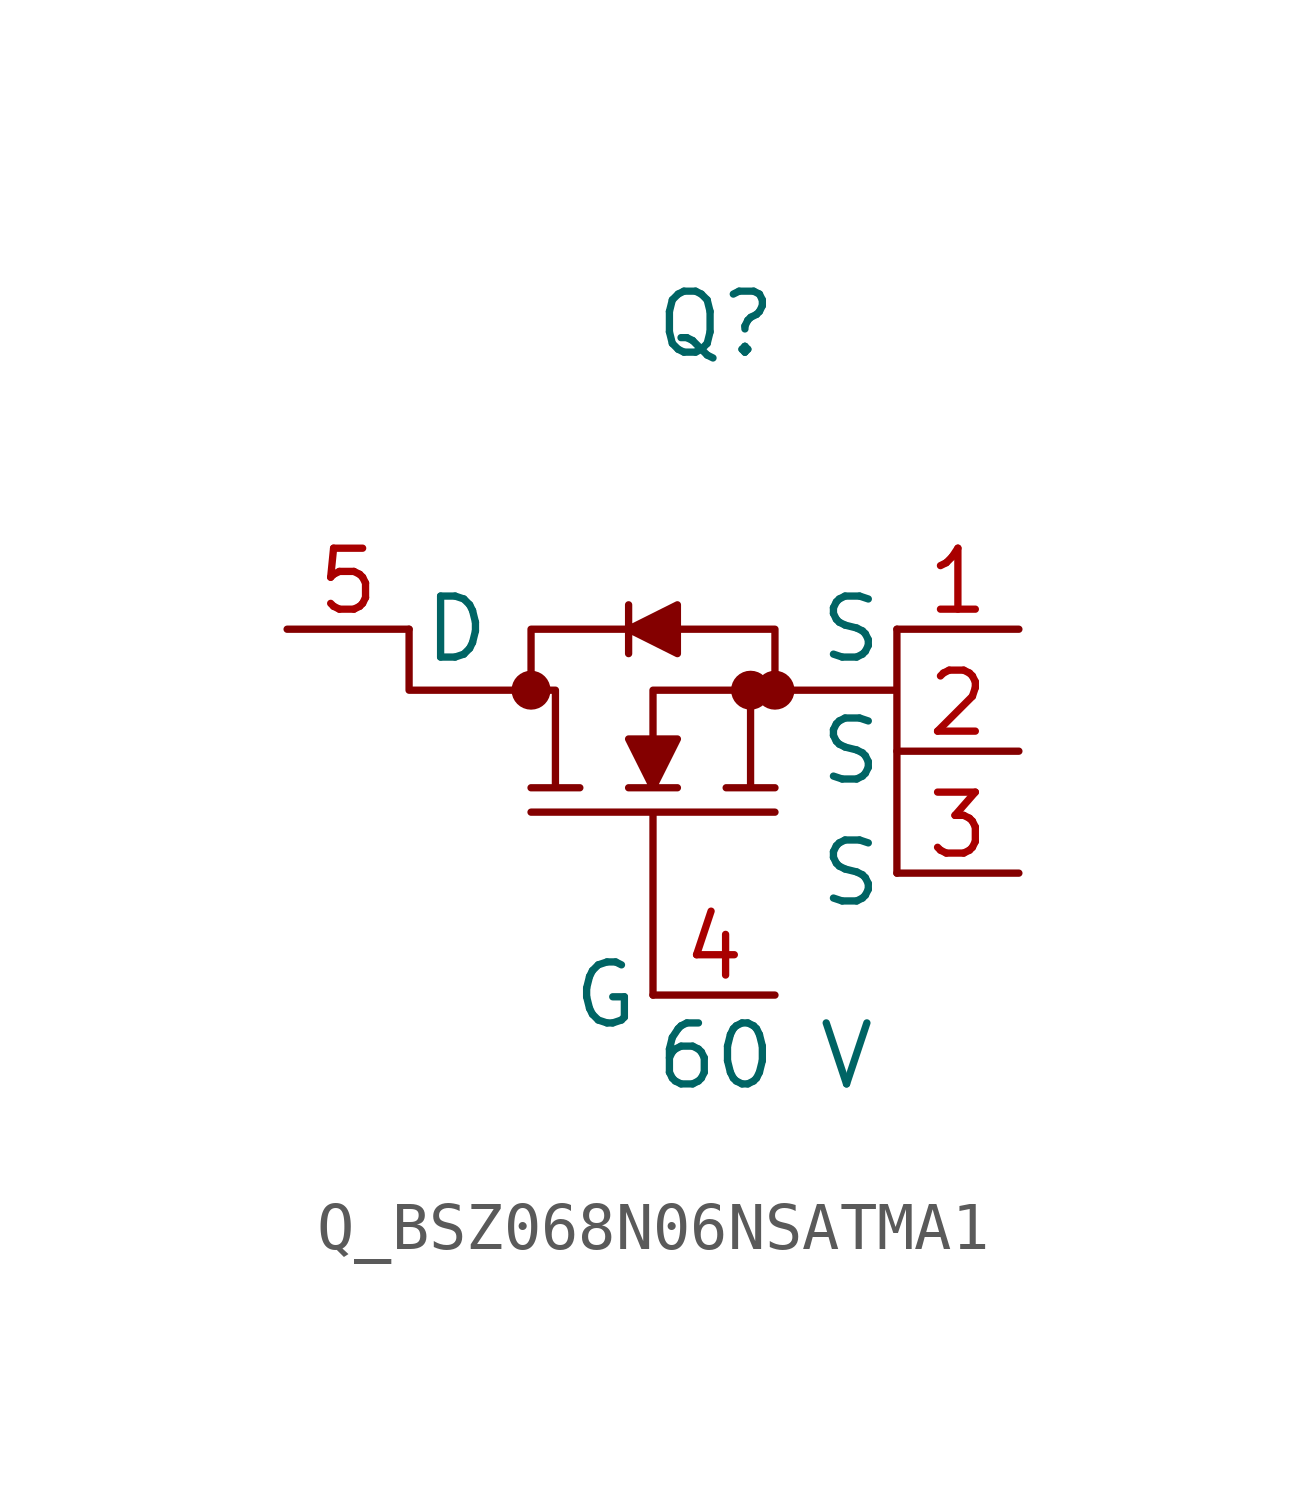
<source format=kicad_sym>
(kicad_symbol_lib
  (version 20231120)
  (generator kicad_symbol_editor)
  (generator_version 8.0)
  (symbol "Q_BSZ068N06NSATMA1"
    (pin_names
      (offset 0.254))
    (property "Reference" "Q"
      (at 0 7.62 0)
      (effects (font (size 1.27 1.27)) (justify left)))
    (property "Value" "60 V"
      (at 0 -7.62 0)
      (effects (font (size 1.27 1.27)) (justify left)))
    (symbol "Q_BSZ068N06NSATMA1_1_0"
      (polyline (pts (xy 0 -6.35) (xy 0 -2.54) (xy -2.54 -2.54) (xy 2.54 -2.54) (xy 0 -2.54) (xy 0 -6.35)) (stroke (width 0) (type default)) (fill (type none)))
      (polyline (pts (xy 5.08 1.27) (xy 5.08 0.0) (xy 2.54 0.0) (xy 2.54 1.27) (xy 0.508 1.27) (xy 0.508 1.778) (xy -0.508 1.27) (xy -0.508 1.778) (xy -0.508 1.27) (xy -2.54 1.27) (xy -2.54 0.0) (xy -5.08 0.0) (xy -5.08 1.27) (xy -5.08 0.0) (xy -2.032 0.0) (xy -2.032 -2.032) (xy -2.54 -2.032) (xy -1.524 -2.032) (xy -2.032 -2.032) (xy -2.032 0.0) (xy -2.54 0.0) (xy -2.54 1.27) (xy -0.508 1.27) (xy -0.508 0.762) (xy -0.508 1.27) (xy 0.508 0.762) (xy 0.508 1.27) (xy 2.54 1.27) (xy 2.54 0.0) (xy 0 0.0) (xy 0 -1.016) (xy -0.508 -1.016) (xy 0 -2.032) (xy -0.508 -2.032) (xy 0.508 -2.032) (xy 0 -2.032) (xy 0.508 -1.016) (xy 0 -1.016) (xy 0 0.0) (xy 2.032 0.0) (xy 2.032 -2.032) (xy 1.524 -2.032) (xy 2.54 -2.032) (xy 2.032 -2.032) (xy 2.032 0.0) (xy 5.08 0.0) (xy 5.08 -3.81)) (stroke (width 0) (type default)) (fill (type outline)))
      (circle (center -2.54 0.0) (radius 0.025) (stroke (width 0.381) (type default)) (fill (type none)))
      (circle (center 2.032 0.0) (radius 0.025) (stroke (width 0.381) (type default)) (fill (type none)))
      (circle (center 2.54 0.0) (radius 0.025) (stroke (width 0.381) (type default)) (fill (type none)))
      (pin passive line (at -7.62 1.27 0) (length 2.54) (name "D" (effects (font (size 1.27 1.27)))) (number "5" (effects (font (size 1.27 1.27)))))
      (pin passive line (at 7.62 1.27 180) (length 2.54) (name "S" (effects (font (size 1.27 1.27)))) (number "1" (effects (font (size 1.27 1.27)))))
      (pin passive line (at 7.62 -1.27 180) (length 2.54) (name "S" (effects (font (size 1.27 1.27)))) (number "2" (effects (font (size 1.27 1.27)))))
      (pin passive line (at 7.62 -3.81 180) (length 2.54) (name "S" (effects (font (size 1.27 1.27)))) (number "3" (effects (font (size 1.27 1.27)))))
      (pin passive line (at 2.54 -6.35 180) (length 2.54) (name "G" (effects (font (size 1.27 1.27)))) (number "4" (effects (font (size 1.27 1.27))))))))
</source>
